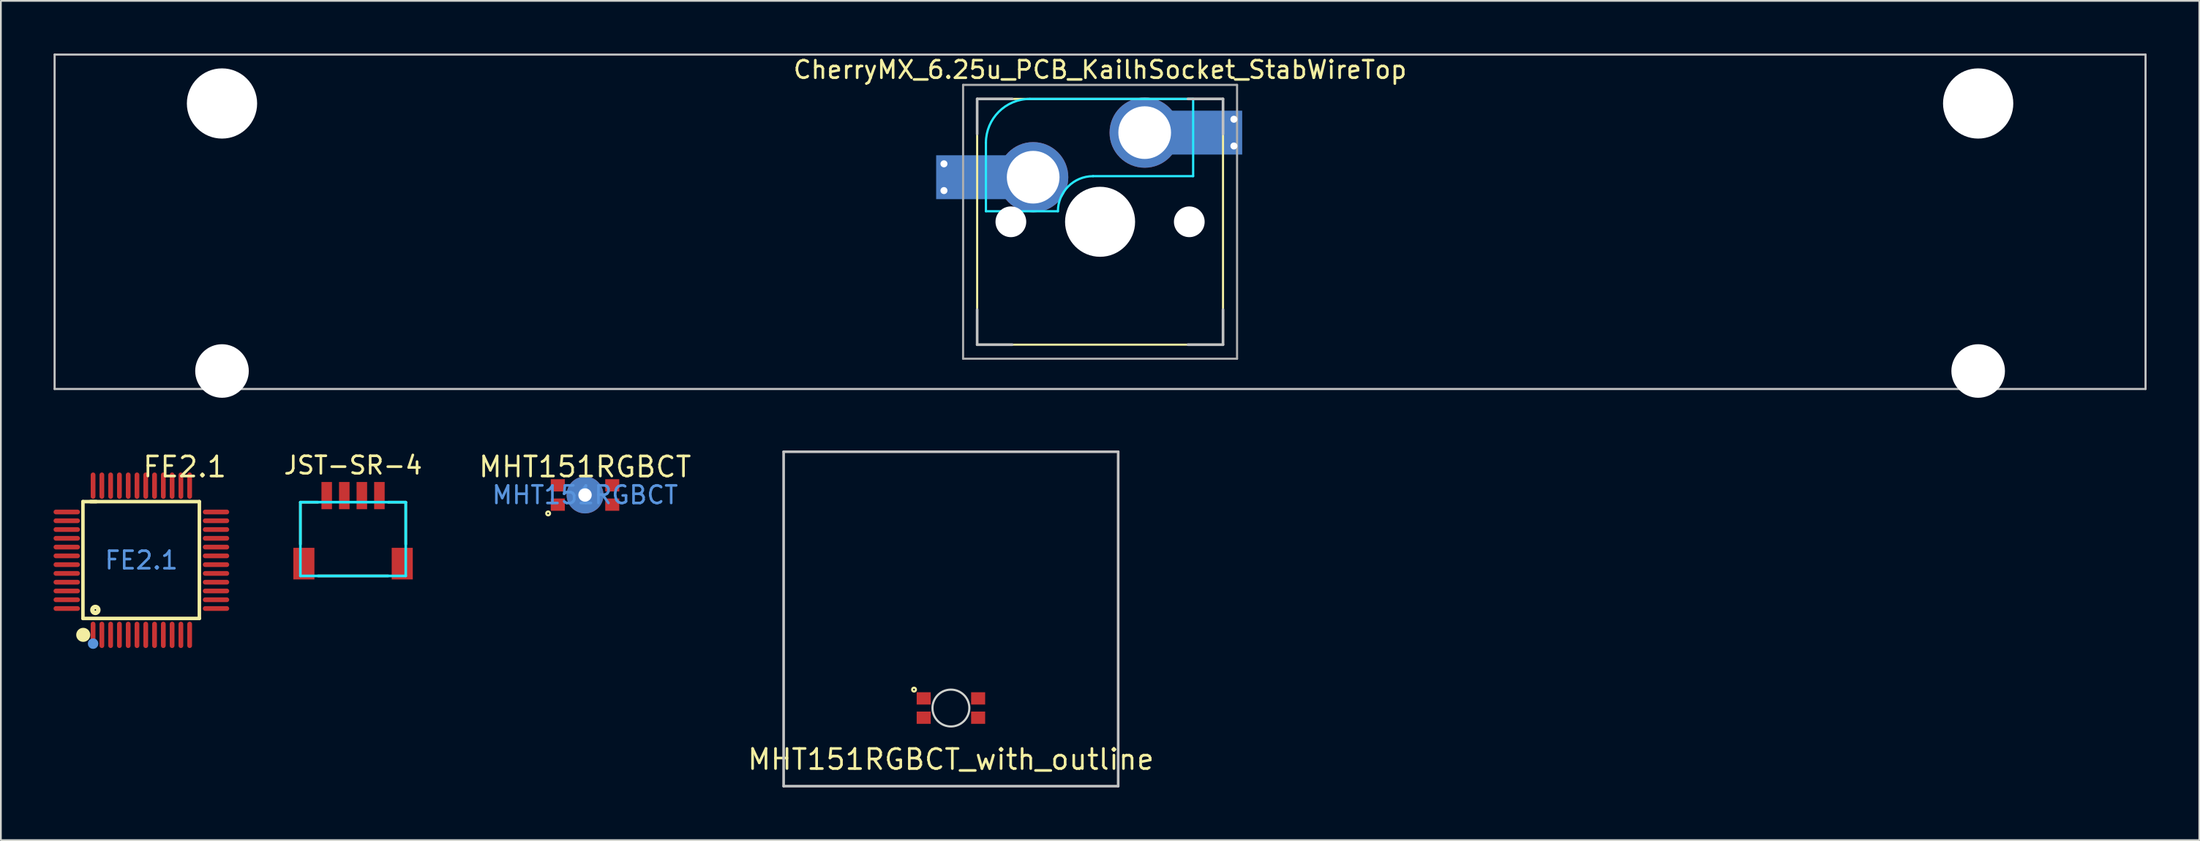
<source format=kicad_pcb>
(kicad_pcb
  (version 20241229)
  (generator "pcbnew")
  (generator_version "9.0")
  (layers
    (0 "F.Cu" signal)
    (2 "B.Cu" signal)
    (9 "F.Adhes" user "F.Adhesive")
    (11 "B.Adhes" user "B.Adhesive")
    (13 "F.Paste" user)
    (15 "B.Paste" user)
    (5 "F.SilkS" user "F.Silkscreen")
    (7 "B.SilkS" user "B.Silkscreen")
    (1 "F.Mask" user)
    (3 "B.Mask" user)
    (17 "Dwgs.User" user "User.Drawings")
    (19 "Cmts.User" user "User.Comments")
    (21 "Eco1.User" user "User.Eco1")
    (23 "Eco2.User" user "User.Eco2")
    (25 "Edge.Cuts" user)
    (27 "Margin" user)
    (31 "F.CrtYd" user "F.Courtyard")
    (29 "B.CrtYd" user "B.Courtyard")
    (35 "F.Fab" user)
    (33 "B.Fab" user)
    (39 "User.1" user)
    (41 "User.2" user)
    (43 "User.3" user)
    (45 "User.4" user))
  (footprint "CherryMX_6.25u_PCB_KailhSocket_StabWireTop"
    (layer "F.Cu")
    (at 59.591 9.585)
    (property "Reference" "CherryMX_6.25u_PCB_KailhSocket_StabWireTop" (at 0 -8.662 0) (layer "F.SilkS") (effects (font (size 1 1) (thickness 0.15))))
    (attr through_hole)
    (fp_line (start -7 -7) (end -7 7) (stroke (width 0.12) (type solid)) (layer "F.SilkS"))
    (fp_line (start -7 -7) (end 7 -7) (stroke (width 0.12) (type solid)) (layer "F.SilkS"))
    (fp_line (start 7 -7) (end 7 7) (stroke (width 0.12) (type solid)) (layer "F.SilkS"))
    (fp_line (start 7 7) (end -7 7) (stroke (width 0.12) (type solid)) (layer "F.SilkS"))
    (fp_line (start -59.531 -9.525) (end 59.531 -9.525) (stroke (width 0.12) (type solid)) (layer "Dwgs.User"))
    (fp_line (start -59.531 9.525) (end -59.531 -9.525) (stroke (width 0.12) (type solid)) (layer "Dwgs.User"))
    (fp_line (start -7 -7) (end -7 -5) (stroke (width 0.15) (type solid)) (layer "Dwgs.User"))
    (fp_line (start -7 5) (end -7 7) (stroke (width 0.15) (type solid)) (layer "Dwgs.User"))
    (fp_line (start -7 7) (end -5 7) (stroke (width 0.15) (type solid)) (layer "Dwgs.User"))
    (fp_line (start -5 -7) (end -7 -7) (stroke (width 0.15) (type solid)) (layer "Dwgs.User"))
    (fp_line (start 5 -7) (end 7 -7) (stroke (width 0.15) (type solid)) (layer "Dwgs.User"))
    (fp_line (start 5 7) (end 7 7) (stroke (width 0.15) (type solid)) (layer "Dwgs.User"))
    (fp_line (start 7 -7) (end 7 -5) (stroke (width 0.15) (type solid)) (layer "Dwgs.User"))
    (fp_line (start 7 7) (end 7 5) (stroke (width 0.15) (type solid)) (layer "Dwgs.User"))
    (fp_line (start 59.531 -9.525) (end 59.531 9.525) (stroke (width 0.12) (type solid)) (layer "Dwgs.User"))
    (fp_line (start 59.531 9.525) (end -59.531 9.525) (stroke (width 0.12) (type solid)) (layer "Dwgs.User"))
    (fp_line (start -6.5 -4.5) (end -6.5 -0.6) (stroke (width 0.127) (type solid)) (layer "B.CrtYd"))
    (fp_line (start -6.5 -0.6) (end -2.4 -0.6) (stroke (width 0.127) (type solid)) (layer "B.CrtYd"))
    (fp_line (start -0.4 -2.6) (end 5.3 -2.6) (stroke (width 0.127) (type solid)) (layer "B.CrtYd"))
    (fp_line (start 5.3 -7) (end -4 -7) (stroke (width 0.127) (type solid)) (layer "B.CrtYd"))
    (fp_line (start 5.3 -7) (end 5.3 -2.6) (stroke (width 0.127) (type solid)) (layer "B.CrtYd"))
    (fp_arc (start -6.5 -4.5) (mid -5.767767 -6.267767) (end -4 -7) (stroke (width 0.127) (type solid)) (layer "B.CrtYd"))
    (fp_arc (start -2.4 -0.6) (mid -1.814214 -2.014214) (end -0.4 -2.6) (stroke (width 0.127) (type solid)) (layer "B.CrtYd"))
    (fp_line (start -7.8 -7.8) (end -7.8 7.8) (stroke (width 0.12) (type solid)) (layer "F.Fab"))
    (fp_line (start -7.8 -7.8) (end 7.8 -7.8) (stroke (width 0.12) (type solid)) (layer "F.Fab"))
    (fp_line (start -7.8 7.8) (end 7.8 7.8) (stroke (width 0.12) (type solid)) (layer "F.Fab"))
    (fp_line (start 7.8 -7.8) (end 7.8 7.8) (stroke (width 0.12) (type solid)) (layer "F.Fab"))
    (pad "" np_thru_hole circle (at -50 -6.74 180) (size 4 4) (drill 4) (layers "*.Cu" "*.Mask"))
    (pad "" np_thru_hole circle (at -50 8.5 180) (size 3.05 3.05) (drill 3.05) (layers "*.Cu" "*.Mask"))
    (pad "" smd rect (at -7.085 -2.54) (size 2.55 2.5) (layers "B.Mask" "B.Paste"))
    (pad "" np_thru_hole circle (at -5.08 0 48.1) (size 1.75 1.75) (drill 1.75) (layers "*.Cu" "*.Mask"))
    (pad "" np_thru_hole circle (at 0 0) (size 3.988 3.988) (drill 3.988) (layers "*.Cu" "*.Mask"))
    (pad "" np_thru_hole circle (at 5.08 0 48.1) (size 1.75 1.75) (drill 1.75) (layers "*.Cu" "*.Mask"))
    (pad "" smd rect (at 5.815 -5.08) (size 2.55 2.5) (layers "B.Mask" "B.Paste"))
    (pad "" np_thru_hole circle (at 50 -6.74 180) (size 4 4) (drill 4) (layers "*.Cu" "*.Mask"))
    (pad "" np_thru_hole circle (at 50 8.5 180) (size 3.05 3.05) (drill 3.05) (layers "*.Cu" "*.Mask"))
    (pad "1" thru_hole circle (at -8.89 -3.302) (size 0.8 0.8) (drill 0.4) (layers "*.Cu"))
    (pad "1" thru_hole circle (at -8.89 -1.778) (size 0.8 0.8) (drill 0.4) (layers "*.Cu"))
    (pad "1" smd rect (at -7.085 -2.54) (size 4.5 2.5) (layers "B.Cu"))
    (pad "1" thru_hole circle (at -3.81 -2.54) (size 4 4) (drill 3) (layers "*.Cu"))
    (pad "2" thru_hole circle (at 2.54 -5.08) (size 4 4) (drill 3) (layers "*.Cu"))
    (pad "2" smd rect (at 5.842 -5.08) (size 4.5 2.5) (layers "B.Cu"))
    (pad "2" thru_hole circle (at 7.62 -5.842) (size 0.8 0.8) (drill 0.4) (layers "*.Cu"))
    (pad "2" thru_hole circle (at 7.62 -4.318) (size 0.8 0.8) (drill 0.4) (layers "*.Cu")))
  (footprint "JST-SR-4"
    (layer "F.Cu")
    (at 17.054 29.958)
    (property "Reference" "JST-SR-4" (at 0 -6.5 0) (layer "F.SilkS") (effects (font (size 1 1) (thickness 0.15))))
    (attr smd)
    (fp_line (start -3 -4.4) (end -2 -4.4) (stroke (width 0.15) (type solid)) (layer "F.SilkS"))
    (fp_line (start -3 -2) (end -3 -4.4) (stroke (width 0.15) (type solid)) (layer "F.SilkS"))
    (fp_line (start 2 -4.4) (end 3 -4.4) (stroke (width 0.15) (type solid)) (layer "F.SilkS"))
    (fp_line (start 2 -0.2) (end -2 -0.2) (stroke (width 0.15) (type solid)) (layer "F.SilkS"))
    (fp_line (start 3 -4.4) (end 3 -2) (stroke (width 0.15) (type solid)) (layer "F.SilkS"))
    (fp_line (start -3 -4.4) (end 3 -4.4) (stroke (width 0.15) (type solid)) (layer "B.CrtYd"))
    (fp_line (start -3 -0.2) (end -3 -4.4) (stroke (width 0.15) (type solid)) (layer "B.CrtYd"))
    (fp_line (start 3 -4.4) (end 3 -0.2) (stroke (width 0.15) (type solid)) (layer "B.CrtYd"))
    (fp_line (start 3 -0.2) (end -3 -0.2) (stroke (width 0.15) (type solid)) (layer "B.CrtYd"))
    (pad "1" smd rect (at -1.5 -4.775) (size 0.6 1.55) (layers "F.Cu" "F.Mask" "F.Paste"))
    (pad "2" smd rect (at -0.5 -4.775) (size 0.6 1.55) (layers "F.Cu" "F.Mask" "F.Paste"))
    (pad "3" smd rect (at 0.5 -4.775) (size 0.6 1.55) (layers "F.Cu" "F.Mask" "F.Paste"))
    (pad "4" smd rect (at 1.5 -4.775) (size 0.6 1.55) (layers "F.Cu" "F.Mask" "F.Paste"))
    (pad "MP" smd rect (at -2.8 -0.9) (size 1.2 1.8) (layers "F.Cu" "F.Mask" "F.Paste"))
    (pad "MP" smd rect (at 2.8 -0.9) (size 1.2 1.8) (layers "F.Cu" "F.Mask" "F.Paste")))
  (footprint "FE2.1"
    (layer "F.Cu")
    (at 5 28.866)
    (property "Reference" "FE2.1" (at 0 -5.321 0) (layer "F.SilkS") (effects (font (size 1.143 1.143) (thickness 0.152)) (justify left)))
    (attr smd)
    (fp_line (start -3.327 -3.34) (end -2.565 -3.34) (stroke (width 0.2) (type solid)) (layer "F.SilkS"))
    (fp_line (start -3.327 3.315) (end -3.327 -3.34) (stroke (width 0.2) (type solid)) (layer "F.SilkS"))
    (fp_line (start -2.896 -3.34) (end 3.302 -3.34) (stroke (width 0.2) (type solid)) (layer "F.SilkS"))
    (fp_line (start 3.302 -3.34) (end 3.302 3.315) (stroke (width 0.2) (type solid)) (layer "F.SilkS"))
    (fp_line (start 3.302 3.315) (end -3.327 3.315) (stroke (width 0.2) (type solid)) (layer "F.SilkS"))
    (fp_arc (start -3.309 4.05) (mid -3.309729 4.450002) (end -3.311541 4.050003) (stroke (width 0.4) (type solid)) (layer "F.SilkS"))
    (fp_circle (center -2.62 2.83) (end -2.45 2.83) (stroke (width 0.254) (type solid)) (fill no) (layer "F.SilkS"))
    (fp_circle (center -2.75 4.75) (end -2.6 4.75) (stroke (width 0.3) (type solid)) (fill no) (layer "Cmts.User"))
    (fp_text user "FE2.1" (at 0 0 0) (layer "Cmts.User") (effects (font (size 1 1) (thickness 0.15))))
    (pad "1" smd oval (at -2.75 4.25) (size 0.27 1.5) (layers "F.Cu" "F.Mask" "F.Paste"))
    (pad "2" smd oval (at -2.25 4.25) (size 0.27 1.5) (layers "F.Cu" "F.Mask" "F.Paste"))
    (pad "3" smd oval (at -1.75 4.25) (size 0.27 1.5) (layers "F.Cu" "F.Mask" "F.Paste"))
    (pad "4" smd oval (at -1.25 4.25) (size 0.27 1.5) (layers "F.Cu" "F.Mask" "F.Paste"))
    (pad "5" smd oval (at -0.75 4.25) (size 0.27 1.5) (layers "F.Cu" "F.Mask" "F.Paste"))
    (pad "6" smd oval (at -0.25 4.25) (size 0.27 1.5) (layers "F.Cu" "F.Mask" "F.Paste"))
    (pad "7" smd oval (at 0.25 4.25) (size 0.27 1.5) (layers "F.Cu" "F.Mask" "F.Paste"))
    (pad "8" smd oval (at 0.75 4.25) (size 0.27 1.5) (layers "F.Cu" "F.Mask" "F.Paste"))
    (pad "9" smd oval (at 1.25 4.25) (size 0.27 1.5) (layers "F.Cu" "F.Mask" "F.Paste"))
    (pad "10" smd oval (at 1.75 4.25) (size 0.27 1.5) (layers "F.Cu" "F.Mask" "F.Paste"))
    (pad "11" smd oval (at 2.25 4.25) (size 0.27 1.5) (layers "F.Cu" "F.Mask" "F.Paste"))
    (pad "12" smd oval (at 2.75 4.25) (size 0.27 1.5) (layers "F.Cu" "F.Mask" "F.Paste"))
    (pad "13" smd oval (at 4.25 2.75) (size 1.5 0.27) (layers "F.Cu" "F.Mask" "F.Paste"))
    (pad "14" smd oval (at 4.25 2.25) (size 1.5 0.27) (layers "F.Cu" "F.Mask" "F.Paste"))
    (pad "15" smd oval (at 4.25 1.75) (size 1.5 0.27) (layers "F.Cu" "F.Mask" "F.Paste"))
    (pad "16" smd oval (at 4.25 1.25) (size 1.5 0.27) (layers "F.Cu" "F.Mask" "F.Paste"))
    (pad "17" smd oval (at 4.25 0.75) (size 1.5 0.27) (layers "F.Cu" "F.Mask" "F.Paste"))
    (pad "18" smd oval (at 4.25 0.25) (size 1.5 0.27) (layers "F.Cu" "F.Mask" "F.Paste"))
    (pad "19" smd oval (at 4.25 -0.25) (size 1.5 0.27) (layers "F.Cu" "F.Mask" "F.Paste"))
    (pad "20" smd oval (at 4.25 -0.75) (size 1.5 0.27) (layers "F.Cu" "F.Mask" "F.Paste"))
    (pad "21" smd oval (at 4.25 -1.25) (size 1.5 0.27) (layers "F.Cu" "F.Mask" "F.Paste"))
    (pad "22" smd oval (at 4.25 -1.75) (size 1.5 0.27) (layers "F.Cu" "F.Mask" "F.Paste"))
    (pad "23" smd oval (at 4.25 -2.25) (size 1.5 0.27) (layers "F.Cu" "F.Mask" "F.Paste"))
    (pad "24" smd oval (at 4.25 -2.75) (size 1.5 0.27) (layers "F.Cu" "F.Mask" "F.Paste"))
    (pad "25" smd oval (at 2.75 -4.25) (size 0.27 1.5) (layers "F.Cu" "F.Mask" "F.Paste"))
    (pad "26" smd oval (at 2.25 -4.25) (size 0.27 1.5) (layers "F.Cu" "F.Mask" "F.Paste"))
    (pad "27" smd oval (at 1.75 -4.25) (size 0.27 1.5) (layers "F.Cu" "F.Mask" "F.Paste"))
    (pad "28" smd oval (at 1.25 -4.25) (size 0.27 1.5) (layers "F.Cu" "F.Mask" "F.Paste"))
    (pad "29" smd oval (at 0.75 -4.25) (size 0.27 1.5) (layers "F.Cu" "F.Mask" "F.Paste"))
    (pad "30" smd oval (at 0.25 -4.25) (size 0.27 1.5) (layers "F.Cu" "F.Mask" "F.Paste"))
    (pad "31" smd oval (at -0.25 -4.25) (size 0.27 1.5) (layers "F.Cu" "F.Mask" "F.Paste"))
    (pad "32" smd oval (at -0.75 -4.25) (size 0.27 1.5) (layers "F.Cu" "F.Mask" "F.Paste"))
    (pad "33" smd oval (at -1.25 -4.25) (size 0.27 1.5) (layers "F.Cu" "F.Mask" "F.Paste"))
    (pad "34" smd oval (at -1.75 -4.25) (size 0.27 1.5) (layers "F.Cu" "F.Mask" "F.Paste"))
    (pad "35" smd oval (at -2.25 -4.25) (size 0.27 1.5) (layers "F.Cu" "F.Mask" "F.Paste"))
    (pad "36" smd oval (at -2.75 -4.25) (size 0.27 1.5) (layers "F.Cu" "F.Mask" "F.Paste"))
    (pad "37" smd oval (at -4.25 -2.75) (size 1.5 0.27) (layers "F.Cu" "F.Mask" "F.Paste"))
    (pad "38" smd oval (at -4.25 -2.25) (size 1.5 0.27) (layers "F.Cu" "F.Mask" "F.Paste"))
    (pad "39" smd oval (at -4.25 -1.75) (size 1.5 0.27) (layers "F.Cu" "F.Mask" "F.Paste"))
    (pad "40" smd oval (at -4.25 -1.25) (size 1.5 0.27) (layers "F.Cu" "F.Mask" "F.Paste"))
    (pad "41" smd oval (at -4.25 -0.75) (size 1.5 0.27) (layers "F.Cu" "F.Mask" "F.Paste"))
    (pad "42" smd oval (at -4.25 -0.25) (size 1.5 0.27) (layers "F.Cu" "F.Mask" "F.Paste"))
    (pad "43" smd oval (at -4.25 0.25) (size 1.5 0.27) (layers "F.Cu" "F.Mask" "F.Paste"))
    (pad "44" smd oval (at -4.25 0.75) (size 1.5 0.27) (layers "F.Cu" "F.Mask" "F.Paste"))
    (pad "45" smd oval (at -4.25 1.25) (size 1.5 0.27) (layers "F.Cu" "F.Mask" "F.Paste"))
    (pad "46" smd oval (at -4.25 1.75) (size 1.5 0.27) (layers "F.Cu" "F.Mask" "F.Paste"))
    (pad "47" smd oval (at -4.25 2.25) (size 1.5 0.27) (layers "F.Cu" "F.Mask" "F.Paste"))
    (pad "48" smd oval (at -4.25 2.75) (size 1.5 0.27) (layers "F.Cu" "F.Mask" "F.Paste")))
  (footprint "MHT151RGBCT_with_outline"
    (layer "F.Cu")
    (at 51.097 32.21)
    (property "Reference" "MHT151RGBCT_with_outline" (at 0 8 0) (layer "F.SilkS") (effects (font (size 1.143 1.143) (thickness 0.152))))
    (attr smd)
    (fp_circle (center -2.1 4.025) (end -2.1 3.975) (stroke (width 0.12) (type solid)) (fill no) (layer "F.SilkS"))
    (fp_line (start -9.525 -9.525) (end 9.525 -9.525) (stroke (width 0.15) (type solid)) (layer "Dwgs.User"))
    (fp_line (start -9.525 9.525) (end -9.525 -9.525) (stroke (width 0.15) (type solid)) (layer "Dwgs.User"))
    (fp_line (start 9.525 -9.525) (end 9.525 9.525) (stroke (width 0.15) (type solid)) (layer "Dwgs.User"))
    (fp_line (start 9.525 9.525) (end -9.525 9.525) (stroke (width 0.15) (type solid)) (layer "Dwgs.User"))
    (fp_circle (center 0 5.075) (end 1.05 5.075) (stroke (width 0.12) (type solid)) (fill no) (layer "Edge.Cuts"))
    (pad "1" smd rect (at -1.55 4.525 180) (size 0.8 0.7) (layers "F.Cu" "F.Mask" "F.Paste"))
    (pad "2" smd rect (at -1.55 5.625 180) (size 0.8 0.7) (layers "F.Cu" "F.Mask" "F.Paste"))
    (pad "3" smd rect (at 1.55 5.625 180) (size 0.8 0.7) (layers "F.Cu" "F.Mask" "F.Paste"))
    (pad "4" smd rect (at 1.55 4.525 180) (size 0.8 0.7) (layers "F.Cu" "F.Mask" "F.Paste")))
  (footprint "MHT151RGBCT"
    (layer "F.Cu")
    (at 30.263 25.148)
    (property "Reference" "MHT151RGBCT" (at -0.001 -1.603 0) (layer "F.SilkS") (effects (font (size 1.143 1.143) (thickness 0.152))))
    (attr smd)
    (fp_circle (center -2.1 1.05) (end -2.1 1.1) (stroke (width 0.12) (type solid)) (fill no) (layer "F.SilkS"))
    (fp_text user "MHT151RGBCT" (at 0 0 0) (layer "Cmts.User") (effects (font (size 1 1) (thickness 0.15))))
    (pad "" np_thru_hole circle (at 0 0) (size 2.1 2.1) (drill 0.762) (layers "*.Cu" "*.Mask"))
    (pad "1" smd rect (at -1.55 0.55) (size 0.8 0.7) (layers "F.Cu" "F.Mask" "F.Paste"))
    (pad "2" smd rect (at -1.55 -0.55) (size 0.8 0.7) (layers "F.Cu" "F.Mask" "F.Paste"))
    (pad "3" smd rect (at 1.55 -0.55) (size 0.8 0.7) (layers "F.Cu" "F.Mask" "F.Paste"))
    (pad "4" smd rect (at 1.55 0.55) (size 0.8 0.7) (layers "F.Cu" "F.Mask" "F.Paste")))
  (gr_rect
    (start -3 -3)
    (end 122.183 44.81)
    (stroke (width 0.1) (type default))
    (fill no)
    (layer "Edge.Cuts")))
</source>
